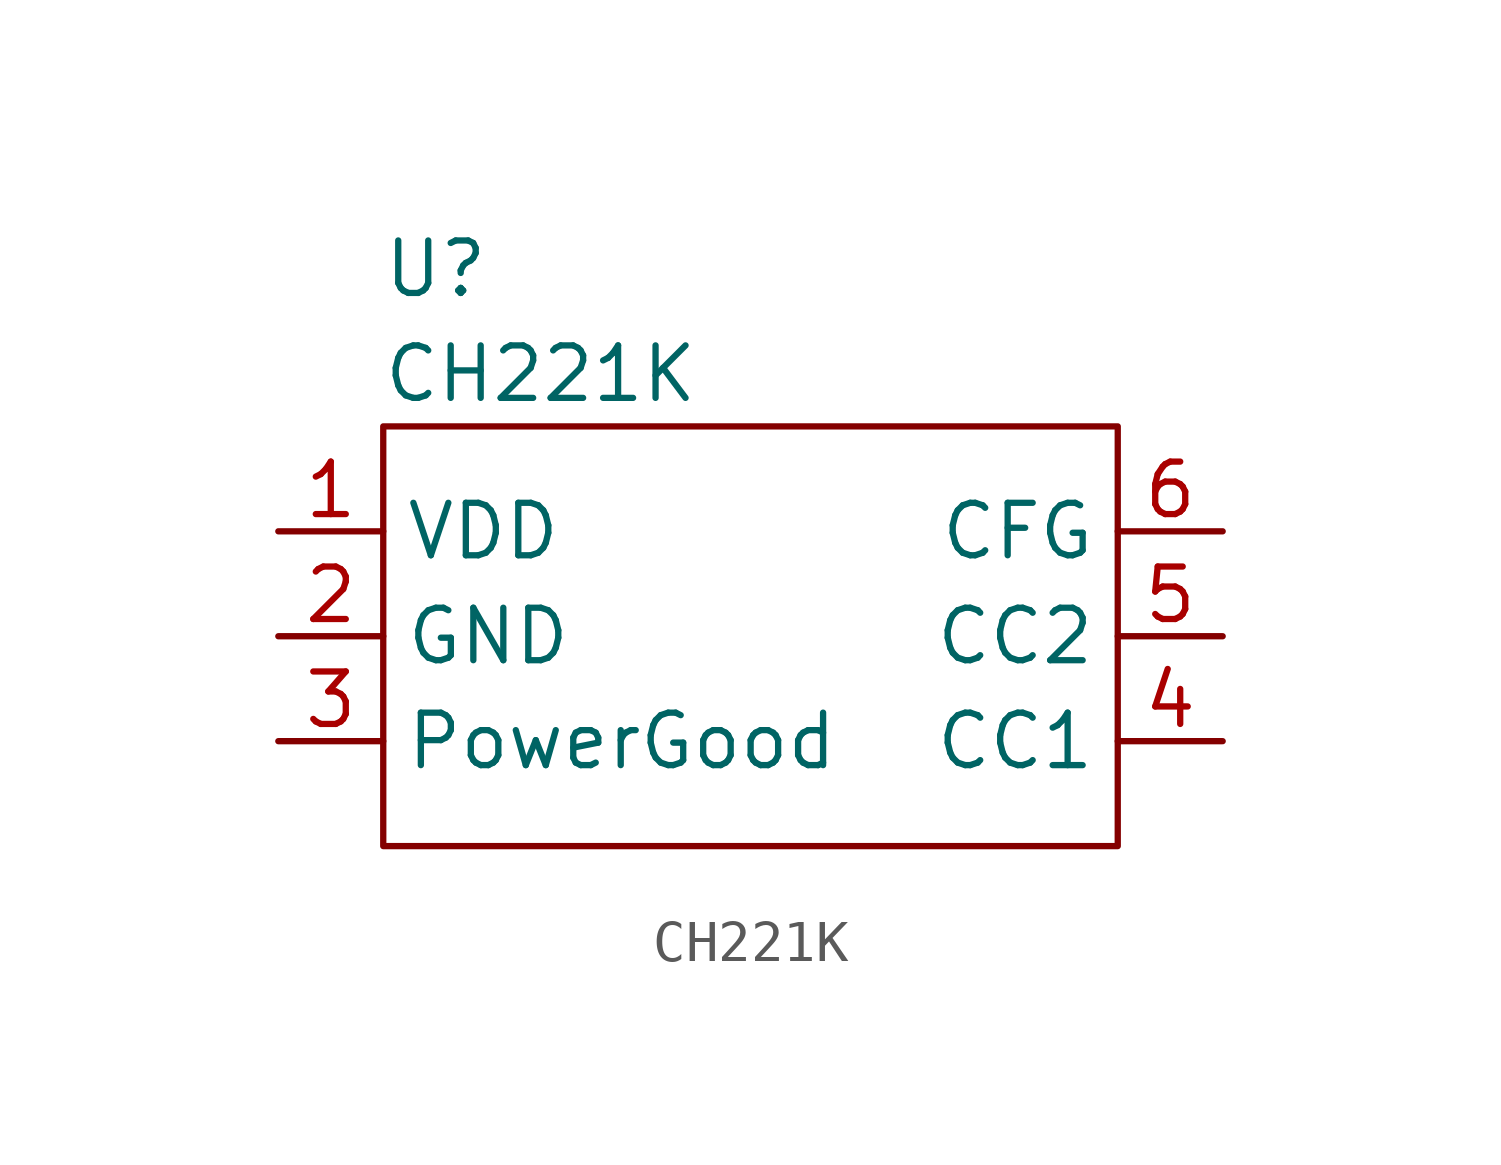
<source format=kicad_sym>
(kicad_symbol_lib
  (version 20220914)
  (generator kicad_symbol_editor)
  (symbol "CH221K"
    (property "Reference" "U"
      (at 1.27 3.81 0)
      (effects (font (size 1.27 1.27))))
    (property "Value" "CH221K"
      (at 3.81 1.27 0)
      (effects (font (size 1.27 1.27))))
    (symbol "CH221K_0_1"
      (rectangle (start 0 0) (end 17.78 -10.16) (stroke (width 0) (type default)) (fill (type none))))
    (symbol "CH221K_1_1"
      (pin power_in line (at -2.54 -2.54 0) (length 2.54) (name "VDD" (effects (font (size 1.27 1.27)))) (number "1" (effects (font (size 1.27 1.27)))))
      (pin power_in line (at -2.54 -5.08 0) (length 2.54) (name "GND" (effects (font (size 1.27 1.27)))) (number "2" (effects (font (size 1.27 1.27)))))
      (pin open_collector line (at -2.54 -7.62 0) (length 2.54) (name "PowerGood" (effects (font (size 1.27 1.27)))) (number "3" (effects (font (size 1.27 1.27)))))
      (pin bidirectional line (at 20.32 -7.62 180) (length 2.54) (name "CC1" (effects (font (size 1.27 1.27)))) (number "4" (effects (font (size 1.27 1.27)))))
      (pin bidirectional line (at 20.32 -5.08 180) (length 2.54) (name "CC2" (effects (font (size 1.27 1.27)))) (number "5" (effects (font (size 1.27 1.27)))))
      (pin input line (at 20.32 -2.54 180) (length 2.54) (name "CFG" (effects (font (size 1.27 1.27)))) (number "6" (effects (font (size 1.27 1.27))))))))
</source>
